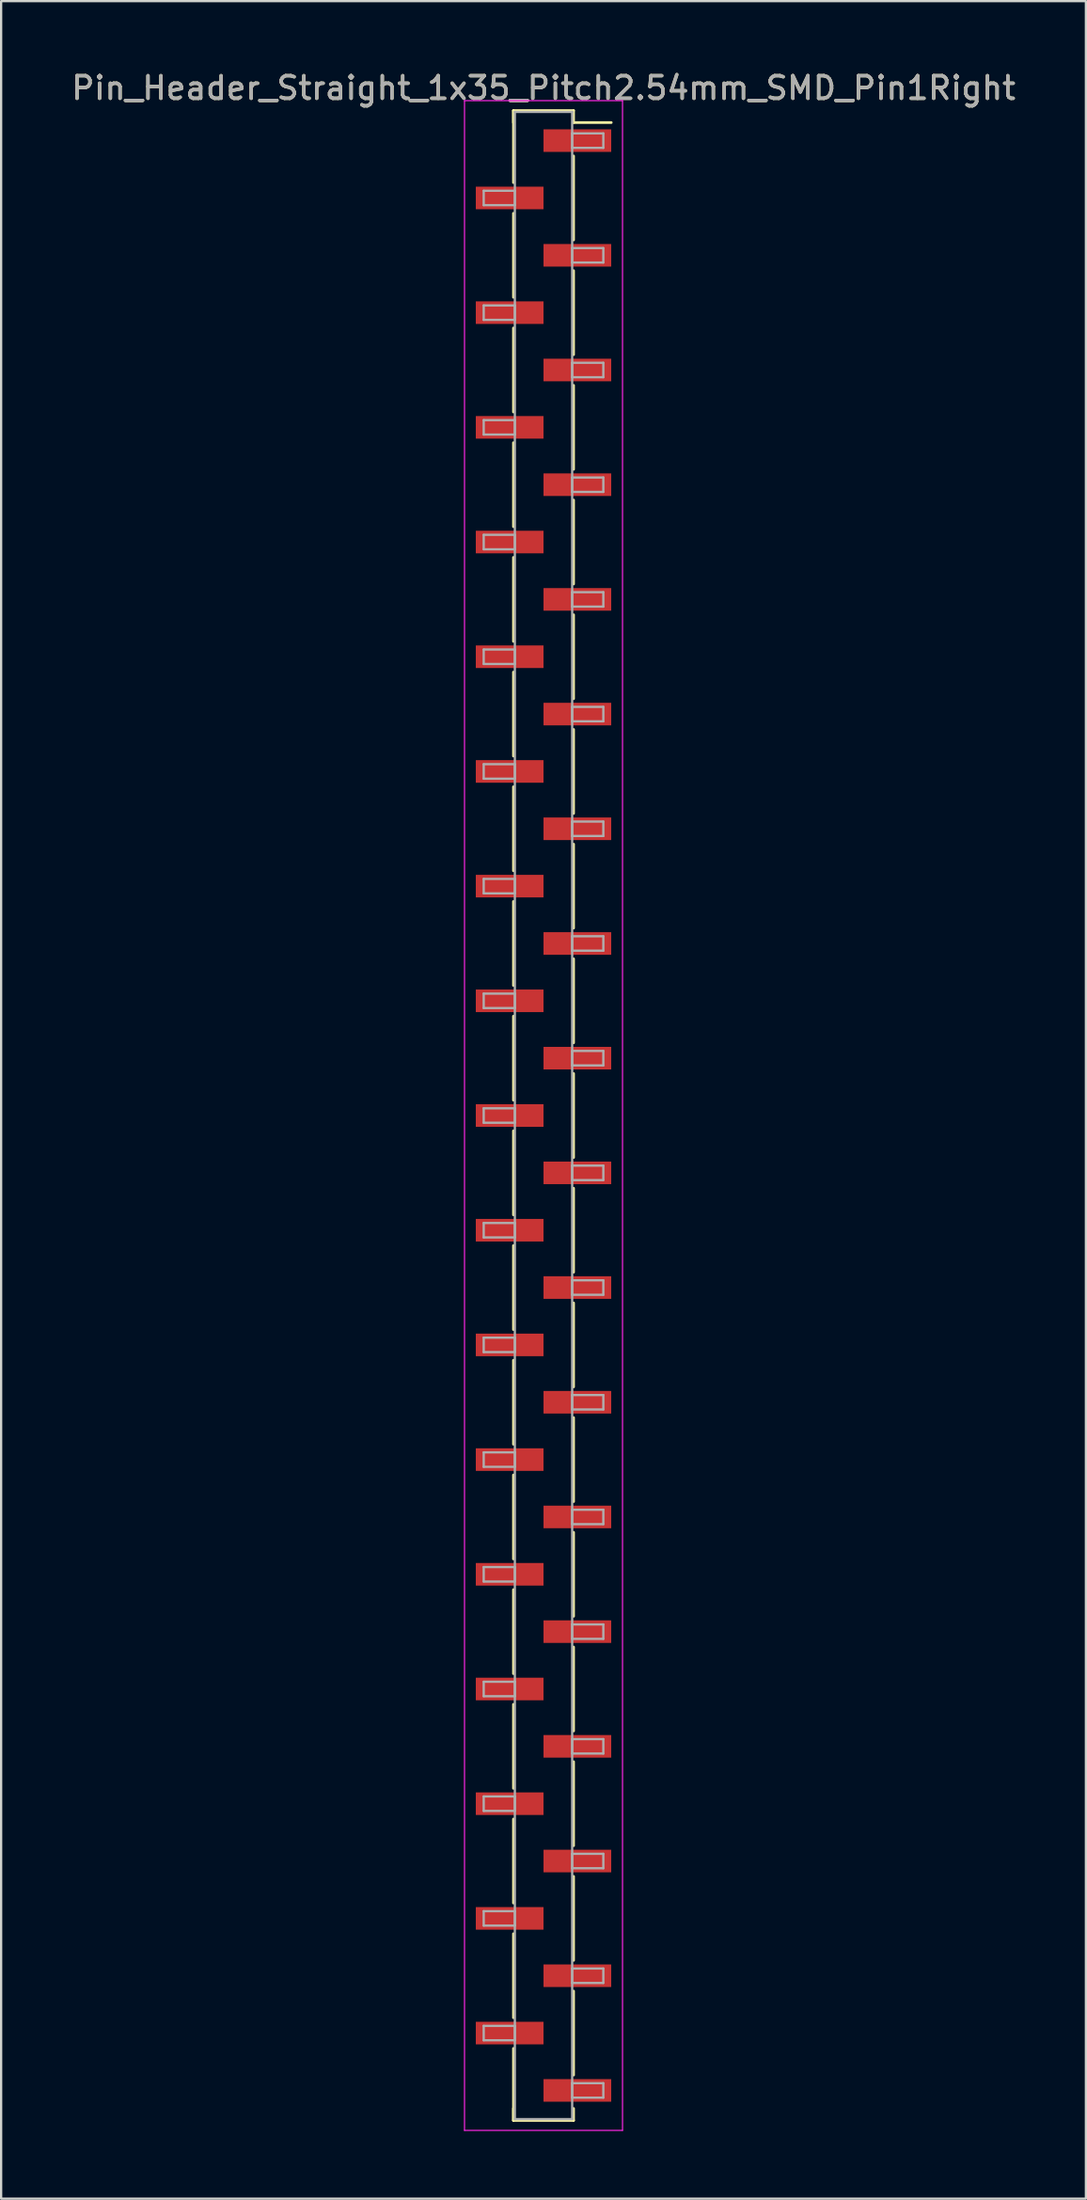
<source format=kicad_pcb>
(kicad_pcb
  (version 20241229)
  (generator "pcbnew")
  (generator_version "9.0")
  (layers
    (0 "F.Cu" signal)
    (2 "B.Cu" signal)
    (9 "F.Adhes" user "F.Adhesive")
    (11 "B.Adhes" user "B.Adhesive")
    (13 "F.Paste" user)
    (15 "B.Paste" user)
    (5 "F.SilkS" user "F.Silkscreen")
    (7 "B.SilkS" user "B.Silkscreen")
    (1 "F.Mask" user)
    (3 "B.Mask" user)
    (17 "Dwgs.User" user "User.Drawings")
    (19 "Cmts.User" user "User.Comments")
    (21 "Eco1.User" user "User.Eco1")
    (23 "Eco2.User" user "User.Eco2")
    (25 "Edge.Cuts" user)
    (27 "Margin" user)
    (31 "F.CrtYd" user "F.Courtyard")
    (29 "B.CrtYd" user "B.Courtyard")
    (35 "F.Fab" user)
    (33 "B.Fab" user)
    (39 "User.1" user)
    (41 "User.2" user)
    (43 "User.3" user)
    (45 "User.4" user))
  (footprint "Pin_Header_Straight_1x35_Pitch2.54mm_SMD_Pin1Right"
    (layer "F.Cu")
    (at 21.03 46.358)
    (property "Reference" "Pin_Header_Straight_1x35_Pitch2.54mm_SMD_Pin1Right" (at 0 -45.51 0) (layer "F.SilkS") (effects (font (size 1 1) (thickness 0.15))))
    (attr smd)
    (fp_line (start -1.33 -44.51) (end -1.33 -41.32) (stroke (width 0.12) (type solid)) (layer "F.SilkS"))
    (fp_line (start -1.33 -44.51) (end 1.33 -44.51) (stroke (width 0.12) (type solid)) (layer "F.SilkS"))
    (fp_line (start -1.33 -43.98) (end -1.33 -44.51) (stroke (width 0.12) (type solid)) (layer "F.SilkS"))
    (fp_line (start -1.33 -39.96) (end -1.33 -36.24) (stroke (width 0.12) (type solid)) (layer "F.SilkS"))
    (fp_line (start -1.33 -34.88) (end -1.33 -31.16) (stroke (width 0.12) (type solid)) (layer "F.SilkS"))
    (fp_line (start -1.33 -29.8) (end -1.33 -26.08) (stroke (width 0.12) (type solid)) (layer "F.SilkS"))
    (fp_line (start -1.33 -24.72) (end -1.33 -21) (stroke (width 0.12) (type solid)) (layer "F.SilkS"))
    (fp_line (start -1.33 -19.64) (end -1.33 -15.92) (stroke (width 0.12) (type solid)) (layer "F.SilkS"))
    (fp_line (start -1.33 -14.56) (end -1.33 -10.84) (stroke (width 0.12) (type solid)) (layer "F.SilkS"))
    (fp_line (start -1.33 -9.48) (end -1.33 -5.76) (stroke (width 0.12) (type solid)) (layer "F.SilkS"))
    (fp_line (start -1.33 -4.4) (end -1.33 -0.68) (stroke (width 0.12) (type solid)) (layer "F.SilkS"))
    (fp_line (start -1.33 0.68) (end -1.33 4.4) (stroke (width 0.12) (type solid)) (layer "F.SilkS"))
    (fp_line (start -1.33 5.76) (end -1.33 9.48) (stroke (width 0.12) (type solid)) (layer "F.SilkS"))
    (fp_line (start -1.33 10.84) (end -1.33 14.56) (stroke (width 0.12) (type solid)) (layer "F.SilkS"))
    (fp_line (start -1.33 15.92) (end -1.33 19.64) (stroke (width 0.12) (type solid)) (layer "F.SilkS"))
    (fp_line (start -1.33 21) (end -1.33 24.72) (stroke (width 0.12) (type solid)) (layer "F.SilkS"))
    (fp_line (start -1.33 26.08) (end -1.33 29.8) (stroke (width 0.12) (type solid)) (layer "F.SilkS"))
    (fp_line (start -1.33 31.16) (end -1.33 34.88) (stroke (width 0.12) (type solid)) (layer "F.SilkS"))
    (fp_line (start -1.33 36.24) (end -1.33 39.96) (stroke (width 0.12) (type solid)) (layer "F.SilkS"))
    (fp_line (start -1.33 41.32) (end -1.33 44.51) (stroke (width 0.12) (type solid)) (layer "F.SilkS"))
    (fp_line (start -1.33 43.98) (end -1.33 44.51) (stroke (width 0.12) (type solid)) (layer "F.SilkS"))
    (fp_line (start -1.33 44.51) (end 1.33 44.51) (stroke (width 0.12) (type solid)) (layer "F.SilkS"))
    (fp_line (start 1.33 -44.51) (end 1.33 -43.98) (stroke (width 0.12) (type solid)) (layer "F.SilkS"))
    (fp_line (start 1.33 -43.98) (end 3 -43.98) (stroke (width 0.12) (type solid)) (layer "F.SilkS"))
    (fp_line (start 1.33 -42.5) (end 1.33 -38.78) (stroke (width 0.12) (type solid)) (layer "F.SilkS"))
    (fp_line (start 1.33 -37.42) (end 1.33 -33.7) (stroke (width 0.12) (type solid)) (layer "F.SilkS"))
    (fp_line (start 1.33 -32.34) (end 1.33 -28.62) (stroke (width 0.12) (type solid)) (layer "F.SilkS"))
    (fp_line (start 1.33 -27.26) (end 1.33 -23.54) (stroke (width 0.12) (type solid)) (layer "F.SilkS"))
    (fp_line (start 1.33 -22.18) (end 1.33 -18.46) (stroke (width 0.12) (type solid)) (layer "F.SilkS"))
    (fp_line (start 1.33 -17.1) (end 1.33 -13.38) (stroke (width 0.12) (type solid)) (layer "F.SilkS"))
    (fp_line (start 1.33 -12.02) (end 1.33 -8.3) (stroke (width 0.12) (type solid)) (layer "F.SilkS"))
    (fp_line (start 1.33 -6.94) (end 1.33 -3.22) (stroke (width 0.12) (type solid)) (layer "F.SilkS"))
    (fp_line (start 1.33 -1.86) (end 1.33 1.86) (stroke (width 0.12) (type solid)) (layer "F.SilkS"))
    (fp_line (start 1.33 3.22) (end 1.33 6.94) (stroke (width 0.12) (type solid)) (layer "F.SilkS"))
    (fp_line (start 1.33 8.3) (end 1.33 12.02) (stroke (width 0.12) (type solid)) (layer "F.SilkS"))
    (fp_line (start 1.33 13.38) (end 1.33 17.1) (stroke (width 0.12) (type solid)) (layer "F.SilkS"))
    (fp_line (start 1.33 18.46) (end 1.33 22.18) (stroke (width 0.12) (type solid)) (layer "F.SilkS"))
    (fp_line (start 1.33 23.54) (end 1.33 27.26) (stroke (width 0.12) (type solid)) (layer "F.SilkS"))
    (fp_line (start 1.33 28.62) (end 1.33 32.34) (stroke (width 0.12) (type solid)) (layer "F.SilkS"))
    (fp_line (start 1.33 33.7) (end 1.33 37.42) (stroke (width 0.12) (type solid)) (layer "F.SilkS"))
    (fp_line (start 1.33 38.78) (end 1.33 42.5) (stroke (width 0.12) (type solid)) (layer "F.SilkS"))
    (fp_line (start 1.33 44.51) (end 1.33 43.98) (stroke (width 0.12) (type solid)) (layer "F.SilkS"))
    (fp_line (start -3.5 -44.95) (end -3.5 44.95) (stroke (width 0.05) (type solid)) (layer "F.CrtYd"))
    (fp_line (start -3.5 44.95) (end 3.5 44.95) (stroke (width 0.05) (type solid)) (layer "F.CrtYd"))
    (fp_line (start 3.5 -44.95) (end -3.5 -44.95) (stroke (width 0.05) (type solid)) (layer "F.CrtYd"))
    (fp_line (start 3.5 44.95) (end 3.5 -44.95) (stroke (width 0.05) (type solid)) (layer "F.CrtYd"))
    (fp_line (start -2.65 -40.96) (end -1.27 -40.96) (stroke (width 0.1) (type solid)) (layer "F.Fab"))
    (fp_line (start -2.65 -40.32) (end -2.65 -40.96) (stroke (width 0.1) (type solid)) (layer "F.Fab"))
    (fp_line (start -2.65 -35.88) (end -1.27 -35.88) (stroke (width 0.1) (type solid)) (layer "F.Fab"))
    (fp_line (start -2.65 -35.24) (end -2.65 -35.88) (stroke (width 0.1) (type solid)) (layer "F.Fab"))
    (fp_line (start -2.65 -30.8) (end -1.27 -30.8) (stroke (width 0.1) (type solid)) (layer "F.Fab"))
    (fp_line (start -2.65 -30.16) (end -2.65 -30.8) (stroke (width 0.1) (type solid)) (layer "F.Fab"))
    (fp_line (start -2.65 -25.72) (end -1.27 -25.72) (stroke (width 0.1) (type solid)) (layer "F.Fab"))
    (fp_line (start -2.65 -25.08) (end -2.65 -25.72) (stroke (width 0.1) (type solid)) (layer "F.Fab"))
    (fp_line (start -2.65 -20.64) (end -1.27 -20.64) (stroke (width 0.1) (type solid)) (layer "F.Fab"))
    (fp_line (start -2.65 -20) (end -2.65 -20.64) (stroke (width 0.1) (type solid)) (layer "F.Fab"))
    (fp_line (start -2.65 -15.56) (end -1.27 -15.56) (stroke (width 0.1) (type solid)) (layer "F.Fab"))
    (fp_line (start -2.65 -14.92) (end -2.65 -15.56) (stroke (width 0.1) (type solid)) (layer "F.Fab"))
    (fp_line (start -2.65 -10.48) (end -1.27 -10.48) (stroke (width 0.1) (type solid)) (layer "F.Fab"))
    (fp_line (start -2.65 -9.84) (end -2.65 -10.48) (stroke (width 0.1) (type solid)) (layer "F.Fab"))
    (fp_line (start -2.65 -5.4) (end -1.27 -5.4) (stroke (width 0.1) (type solid)) (layer "F.Fab"))
    (fp_line (start -2.65 -4.76) (end -2.65 -5.4) (stroke (width 0.1) (type solid)) (layer "F.Fab"))
    (fp_line (start -2.65 -0.32) (end -1.27 -0.32) (stroke (width 0.1) (type solid)) (layer "F.Fab"))
    (fp_line (start -2.65 0.32) (end -2.65 -0.32) (stroke (width 0.1) (type solid)) (layer "F.Fab"))
    (fp_line (start -2.65 4.76) (end -1.27 4.76) (stroke (width 0.1) (type solid)) (layer "F.Fab"))
    (fp_line (start -2.65 5.4) (end -2.65 4.76) (stroke (width 0.1) (type solid)) (layer "F.Fab"))
    (fp_line (start -2.65 9.84) (end -1.27 9.84) (stroke (width 0.1) (type solid)) (layer "F.Fab"))
    (fp_line (start -2.65 10.48) (end -2.65 9.84) (stroke (width 0.1) (type solid)) (layer "F.Fab"))
    (fp_line (start -2.65 14.92) (end -1.27 14.92) (stroke (width 0.1) (type solid)) (layer "F.Fab"))
    (fp_line (start -2.65 15.56) (end -2.65 14.92) (stroke (width 0.1) (type solid)) (layer "F.Fab"))
    (fp_line (start -2.65 20) (end -1.27 20) (stroke (width 0.1) (type solid)) (layer "F.Fab"))
    (fp_line (start -2.65 20.64) (end -2.65 20) (stroke (width 0.1) (type solid)) (layer "F.Fab"))
    (fp_line (start -2.65 25.08) (end -1.27 25.08) (stroke (width 0.1) (type solid)) (layer "F.Fab"))
    (fp_line (start -2.65 25.72) (end -2.65 25.08) (stroke (width 0.1) (type solid)) (layer "F.Fab"))
    (fp_line (start -2.65 30.16) (end -1.27 30.16) (stroke (width 0.1) (type solid)) (layer "F.Fab"))
    (fp_line (start -2.65 30.8) (end -2.65 30.16) (stroke (width 0.1) (type solid)) (layer "F.Fab"))
    (fp_line (start -2.65 35.24) (end -1.27 35.24) (stroke (width 0.1) (type solid)) (layer "F.Fab"))
    (fp_line (start -2.65 35.88) (end -2.65 35.24) (stroke (width 0.1) (type solid)) (layer "F.Fab"))
    (fp_line (start -2.65 40.32) (end -1.27 40.32) (stroke (width 0.1) (type solid)) (layer "F.Fab"))
    (fp_line (start -2.65 40.96) (end -2.65 40.32) (stroke (width 0.1) (type solid)) (layer "F.Fab"))
    (fp_line (start -1.27 -44.45) (end -1.27 44.45) (stroke (width 0.1) (type solid)) (layer "F.Fab"))
    (fp_line (start -1.27 -40.96) (end -1.27 -40.32) (stroke (width 0.1) (type solid)) (layer "F.Fab"))
    (fp_line (start -1.27 -40.32) (end -2.65 -40.32) (stroke (width 0.1) (type solid)) (layer "F.Fab"))
    (fp_line (start -1.27 -35.88) (end -1.27 -35.24) (stroke (width 0.1) (type solid)) (layer "F.Fab"))
    (fp_line (start -1.27 -35.24) (end -2.65 -35.24) (stroke (width 0.1) (type solid)) (layer "F.Fab"))
    (fp_line (start -1.27 -30.8) (end -1.27 -30.16) (stroke (width 0.1) (type solid)) (layer "F.Fab"))
    (fp_line (start -1.27 -30.16) (end -2.65 -30.16) (stroke (width 0.1) (type solid)) (layer "F.Fab"))
    (fp_line (start -1.27 -25.72) (end -1.27 -25.08) (stroke (width 0.1) (type solid)) (layer "F.Fab"))
    (fp_line (start -1.27 -25.08) (end -2.65 -25.08) (stroke (width 0.1) (type solid)) (layer "F.Fab"))
    (fp_line (start -1.27 -20.64) (end -1.27 -20) (stroke (width 0.1) (type solid)) (layer "F.Fab"))
    (fp_line (start -1.27 -20) (end -2.65 -20) (stroke (width 0.1) (type solid)) (layer "F.Fab"))
    (fp_line (start -1.27 -15.56) (end -1.27 -14.92) (stroke (width 0.1) (type solid)) (layer "F.Fab"))
    (fp_line (start -1.27 -14.92) (end -2.65 -14.92) (stroke (width 0.1) (type solid)) (layer "F.Fab"))
    (fp_line (start -1.27 -10.48) (end -1.27 -9.84) (stroke (width 0.1) (type solid)) (layer "F.Fab"))
    (fp_line (start -1.27 -9.84) (end -2.65 -9.84) (stroke (width 0.1) (type solid)) (layer "F.Fab"))
    (fp_line (start -1.27 -5.4) (end -1.27 -4.76) (stroke (width 0.1) (type solid)) (layer "F.Fab"))
    (fp_line (start -1.27 -4.76) (end -2.65 -4.76) (stroke (width 0.1) (type solid)) (layer "F.Fab"))
    (fp_line (start -1.27 -0.32) (end -1.27 0.32) (stroke (width 0.1) (type solid)) (layer "F.Fab"))
    (fp_line (start -1.27 0.32) (end -2.65 0.32) (stroke (width 0.1) (type solid)) (layer "F.Fab"))
    (fp_line (start -1.27 4.76) (end -1.27 5.4) (stroke (width 0.1) (type solid)) (layer "F.Fab"))
    (fp_line (start -1.27 5.4) (end -2.65 5.4) (stroke (width 0.1) (type solid)) (layer "F.Fab"))
    (fp_line (start -1.27 9.84) (end -1.27 10.48) (stroke (width 0.1) (type solid)) (layer "F.Fab"))
    (fp_line (start -1.27 10.48) (end -2.65 10.48) (stroke (width 0.1) (type solid)) (layer "F.Fab"))
    (fp_line (start -1.27 14.92) (end -1.27 15.56) (stroke (width 0.1) (type solid)) (layer "F.Fab"))
    (fp_line (start -1.27 15.56) (end -2.65 15.56) (stroke (width 0.1) (type solid)) (layer "F.Fab"))
    (fp_line (start -1.27 20) (end -1.27 20.64) (stroke (width 0.1) (type solid)) (layer "F.Fab"))
    (fp_line (start -1.27 20.64) (end -2.65 20.64) (stroke (width 0.1) (type solid)) (layer "F.Fab"))
    (fp_line (start -1.27 25.08) (end -1.27 25.72) (stroke (width 0.1) (type solid)) (layer "F.Fab"))
    (fp_line (start -1.27 25.72) (end -2.65 25.72) (stroke (width 0.1) (type solid)) (layer "F.Fab"))
    (fp_line (start -1.27 30.16) (end -1.27 30.8) (stroke (width 0.1) (type solid)) (layer "F.Fab"))
    (fp_line (start -1.27 30.8) (end -2.65 30.8) (stroke (width 0.1) (type solid)) (layer "F.Fab"))
    (fp_line (start -1.27 35.24) (end -1.27 35.88) (stroke (width 0.1) (type solid)) (layer "F.Fab"))
    (fp_line (start -1.27 35.88) (end -2.65 35.88) (stroke (width 0.1) (type solid)) (layer "F.Fab"))
    (fp_line (start -1.27 40.32) (end -1.27 40.96) (stroke (width 0.1) (type solid)) (layer "F.Fab"))
    (fp_line (start -1.27 40.96) (end -2.65 40.96) (stroke (width 0.1) (type solid)) (layer "F.Fab"))
    (fp_line (start -1.27 44.45) (end 1.27 44.45) (stroke (width 0.1) (type solid)) (layer "F.Fab"))
    (fp_line (start 1.27 -44.45) (end -1.27 -44.45) (stroke (width 0.1) (type solid)) (layer "F.Fab"))
    (fp_line (start 1.27 -43.5) (end 1.27 -42.86) (stroke (width 0.1) (type solid)) (layer "F.Fab"))
    (fp_line (start 1.27 -42.86) (end 2.65 -42.86) (stroke (width 0.1) (type solid)) (layer "F.Fab"))
    (fp_line (start 1.27 -38.42) (end 1.27 -37.78) (stroke (width 0.1) (type solid)) (layer "F.Fab"))
    (fp_line (start 1.27 -37.78) (end 2.65 -37.78) (stroke (width 0.1) (type solid)) (layer "F.Fab"))
    (fp_line (start 1.27 -33.34) (end 1.27 -32.7) (stroke (width 0.1) (type solid)) (layer "F.Fab"))
    (fp_line (start 1.27 -32.7) (end 2.65 -32.7) (stroke (width 0.1) (type solid)) (layer "F.Fab"))
    (fp_line (start 1.27 -28.26) (end 1.27 -27.62) (stroke (width 0.1) (type solid)) (layer "F.Fab"))
    (fp_line (start 1.27 -27.62) (end 2.65 -27.62) (stroke (width 0.1) (type solid)) (layer "F.Fab"))
    (fp_line (start 1.27 -23.18) (end 1.27 -22.54) (stroke (width 0.1) (type solid)) (layer "F.Fab"))
    (fp_line (start 1.27 -22.54) (end 2.65 -22.54) (stroke (width 0.1) (type solid)) (layer "F.Fab"))
    (fp_line (start 1.27 -18.1) (end 1.27 -17.46) (stroke (width 0.1) (type solid)) (layer "F.Fab"))
    (fp_line (start 1.27 -17.46) (end 2.65 -17.46) (stroke (width 0.1) (type solid)) (layer "F.Fab"))
    (fp_line (start 1.27 -13.02) (end 1.27 -12.38) (stroke (width 0.1) (type solid)) (layer "F.Fab"))
    (fp_line (start 1.27 -12.38) (end 2.65 -12.38) (stroke (width 0.1) (type solid)) (layer "F.Fab"))
    (fp_line (start 1.27 -7.94) (end 1.27 -7.3) (stroke (width 0.1) (type solid)) (layer "F.Fab"))
    (fp_line (start 1.27 -7.3) (end 2.65 -7.3) (stroke (width 0.1) (type solid)) (layer "F.Fab"))
    (fp_line (start 1.27 -2.86) (end 1.27 -2.22) (stroke (width 0.1) (type solid)) (layer "F.Fab"))
    (fp_line (start 1.27 -2.22) (end 2.65 -2.22) (stroke (width 0.1) (type solid)) (layer "F.Fab"))
    (fp_line (start 1.27 2.22) (end 1.27 2.86) (stroke (width 0.1) (type solid)) (layer "F.Fab"))
    (fp_line (start 1.27 2.86) (end 2.65 2.86) (stroke (width 0.1) (type solid)) (layer "F.Fab"))
    (fp_line (start 1.27 7.3) (end 1.27 7.94) (stroke (width 0.1) (type solid)) (layer "F.Fab"))
    (fp_line (start 1.27 7.94) (end 2.65 7.94) (stroke (width 0.1) (type solid)) (layer "F.Fab"))
    (fp_line (start 1.27 12.38) (end 1.27 13.02) (stroke (width 0.1) (type solid)) (layer "F.Fab"))
    (fp_line (start 1.27 13.02) (end 2.65 13.02) (stroke (width 0.1) (type solid)) (layer "F.Fab"))
    (fp_line (start 1.27 17.46) (end 1.27 18.1) (stroke (width 0.1) (type solid)) (layer "F.Fab"))
    (fp_line (start 1.27 18.1) (end 2.65 18.1) (stroke (width 0.1) (type solid)) (layer "F.Fab"))
    (fp_line (start 1.27 22.54) (end 1.27 23.18) (stroke (width 0.1) (type solid)) (layer "F.Fab"))
    (fp_line (start 1.27 23.18) (end 2.65 23.18) (stroke (width 0.1) (type solid)) (layer "F.Fab"))
    (fp_line (start 1.27 27.62) (end 1.27 28.26) (stroke (width 0.1) (type solid)) (layer "F.Fab"))
    (fp_line (start 1.27 28.26) (end 2.65 28.26) (stroke (width 0.1) (type solid)) (layer "F.Fab"))
    (fp_line (start 1.27 32.7) (end 1.27 33.34) (stroke (width 0.1) (type solid)) (layer "F.Fab"))
    (fp_line (start 1.27 33.34) (end 2.65 33.34) (stroke (width 0.1) (type solid)) (layer "F.Fab"))
    (fp_line (start 1.27 37.78) (end 1.27 38.42) (stroke (width 0.1) (type solid)) (layer "F.Fab"))
    (fp_line (start 1.27 38.42) (end 2.65 38.42) (stroke (width 0.1) (type solid)) (layer "F.Fab"))
    (fp_line (start 1.27 42.86) (end 1.27 43.5) (stroke (width 0.1) (type solid)) (layer "F.Fab"))
    (fp_line (start 1.27 43.5) (end 2.65 43.5) (stroke (width 0.1) (type solid)) (layer "F.Fab"))
    (fp_line (start 1.27 44.45) (end 1.27 -44.45) (stroke (width 0.1) (type solid)) (layer "F.Fab"))
    (fp_line (start 2.65 -43.5) (end 1.27 -43.5) (stroke (width 0.1) (type solid)) (layer "F.Fab"))
    (fp_line (start 2.65 -42.86) (end 2.65 -43.5) (stroke (width 0.1) (type solid)) (layer "F.Fab"))
    (fp_line (start 2.65 -38.42) (end 1.27 -38.42) (stroke (width 0.1) (type solid)) (layer "F.Fab"))
    (fp_line (start 2.65 -37.78) (end 2.65 -38.42) (stroke (width 0.1) (type solid)) (layer "F.Fab"))
    (fp_line (start 2.65 -33.34) (end 1.27 -33.34) (stroke (width 0.1) (type solid)) (layer "F.Fab"))
    (fp_line (start 2.65 -32.7) (end 2.65 -33.34) (stroke (width 0.1) (type solid)) (layer "F.Fab"))
    (fp_line (start 2.65 -28.26) (end 1.27 -28.26) (stroke (width 0.1) (type solid)) (layer "F.Fab"))
    (fp_line (start 2.65 -27.62) (end 2.65 -28.26) (stroke (width 0.1) (type solid)) (layer "F.Fab"))
    (fp_line (start 2.65 -23.18) (end 1.27 -23.18) (stroke (width 0.1) (type solid)) (layer "F.Fab"))
    (fp_line (start 2.65 -22.54) (end 2.65 -23.18) (stroke (width 0.1) (type solid)) (layer "F.Fab"))
    (fp_line (start 2.65 -18.1) (end 1.27 -18.1) (stroke (width 0.1) (type solid)) (layer "F.Fab"))
    (fp_line (start 2.65 -17.46) (end 2.65 -18.1) (stroke (width 0.1) (type solid)) (layer "F.Fab"))
    (fp_line (start 2.65 -13.02) (end 1.27 -13.02) (stroke (width 0.1) (type solid)) (layer "F.Fab"))
    (fp_line (start 2.65 -12.38) (end 2.65 -13.02) (stroke (width 0.1) (type solid)) (layer "F.Fab"))
    (fp_line (start 2.65 -7.94) (end 1.27 -7.94) (stroke (width 0.1) (type solid)) (layer "F.Fab"))
    (fp_line (start 2.65 -7.3) (end 2.65 -7.94) (stroke (width 0.1) (type solid)) (layer "F.Fab"))
    (fp_line (start 2.65 -2.86) (end 1.27 -2.86) (stroke (width 0.1) (type solid)) (layer "F.Fab"))
    (fp_line (start 2.65 -2.22) (end 2.65 -2.86) (stroke (width 0.1) (type solid)) (layer "F.Fab"))
    (fp_line (start 2.65 2.22) (end 1.27 2.22) (stroke (width 0.1) (type solid)) (layer "F.Fab"))
    (fp_line (start 2.65 2.86) (end 2.65 2.22) (stroke (width 0.1) (type solid)) (layer "F.Fab"))
    (fp_line (start 2.65 7.3) (end 1.27 7.3) (stroke (width 0.1) (type solid)) (layer "F.Fab"))
    (fp_line (start 2.65 7.94) (end 2.65 7.3) (stroke (width 0.1) (type solid)) (layer "F.Fab"))
    (fp_line (start 2.65 12.38) (end 1.27 12.38) (stroke (width 0.1) (type solid)) (layer "F.Fab"))
    (fp_line (start 2.65 13.02) (end 2.65 12.38) (stroke (width 0.1) (type solid)) (layer "F.Fab"))
    (fp_line (start 2.65 17.46) (end 1.27 17.46) (stroke (width 0.1) (type solid)) (layer "F.Fab"))
    (fp_line (start 2.65 18.1) (end 2.65 17.46) (stroke (width 0.1) (type solid)) (layer "F.Fab"))
    (fp_line (start 2.65 22.54) (end 1.27 22.54) (stroke (width 0.1) (type solid)) (layer "F.Fab"))
    (fp_line (start 2.65 23.18) (end 2.65 22.54) (stroke (width 0.1) (type solid)) (layer "F.Fab"))
    (fp_line (start 2.65 27.62) (end 1.27 27.62) (stroke (width 0.1) (type solid)) (layer "F.Fab"))
    (fp_line (start 2.65 28.26) (end 2.65 27.62) (stroke (width 0.1) (type solid)) (layer "F.Fab"))
    (fp_line (start 2.65 32.7) (end 1.27 32.7) (stroke (width 0.1) (type solid)) (layer "F.Fab"))
    (fp_line (start 2.65 33.34) (end 2.65 32.7) (stroke (width 0.1) (type solid)) (layer "F.Fab"))
    (fp_line (start 2.65 37.78) (end 1.27 37.78) (stroke (width 0.1) (type solid)) (layer "F.Fab"))
    (fp_line (start 2.65 38.42) (end 2.65 37.78) (stroke (width 0.1) (type solid)) (layer "F.Fab"))
    (fp_line (start 2.65 42.86) (end 1.27 42.86) (stroke (width 0.1) (type solid)) (layer "F.Fab"))
    (fp_line (start 2.65 43.5) (end 2.65 42.86) (stroke (width 0.1) (type solid)) (layer "F.Fab"))
    (fp_text user "${REFERENCE}" (at 0 -45.51 0) (layer "F.Fab") (effects (font (size 1 1) (thickness 0.15))))
    (pad "1" smd rect (at 1.5 -43.18) (size 3 1) (layers "F.Cu" "F.Mask" "F.Paste"))
    (pad "2" smd rect (at -1.5 -40.64) (size 3 1) (layers "F.Cu" "F.Mask" "F.Paste"))
    (pad "3" smd rect (at 1.5 -38.1) (size 3 1) (layers "F.Cu" "F.Mask" "F.Paste"))
    (pad "4" smd rect (at -1.5 -35.56) (size 3 1) (layers "F.Cu" "F.Mask" "F.Paste"))
    (pad "5" smd rect (at 1.5 -33.02) (size 3 1) (layers "F.Cu" "F.Mask" "F.Paste"))
    (pad "6" smd rect (at -1.5 -30.48) (size 3 1) (layers "F.Cu" "F.Mask" "F.Paste"))
    (pad "7" smd rect (at 1.5 -27.94) (size 3 1) (layers "F.Cu" "F.Mask" "F.Paste"))
    (pad "8" smd rect (at -1.5 -25.4) (size 3 1) (layers "F.Cu" "F.Mask" "F.Paste"))
    (pad "9" smd rect (at 1.5 -22.86) (size 3 1) (layers "F.Cu" "F.Mask" "F.Paste"))
    (pad "10" smd rect (at -1.5 -20.32) (size 3 1) (layers "F.Cu" "F.Mask" "F.Paste"))
    (pad "11" smd rect (at 1.5 -17.78) (size 3 1) (layers "F.Cu" "F.Mask" "F.Paste"))
    (pad "12" smd rect (at -1.5 -15.24) (size 3 1) (layers "F.Cu" "F.Mask" "F.Paste"))
    (pad "13" smd rect (at 1.5 -12.7) (size 3 1) (layers "F.Cu" "F.Mask" "F.Paste"))
    (pad "14" smd rect (at -1.5 -10.16) (size 3 1) (layers "F.Cu" "F.Mask" "F.Paste"))
    (pad "15" smd rect (at 1.5 -7.62) (size 3 1) (layers "F.Cu" "F.Mask" "F.Paste"))
    (pad "16" smd rect (at -1.5 -5.08) (size 3 1) (layers "F.Cu" "F.Mask" "F.Paste"))
    (pad "17" smd rect (at 1.5 -2.54) (size 3 1) (layers "F.Cu" "F.Mask" "F.Paste"))
    (pad "18" smd rect (at -1.5 0) (size 3 1) (layers "F.Cu" "F.Mask" "F.Paste"))
    (pad "19" smd rect (at 1.5 2.54) (size 3 1) (layers "F.Cu" "F.Mask" "F.Paste"))
    (pad "20" smd rect (at -1.5 5.08) (size 3 1) (layers "F.Cu" "F.Mask" "F.Paste"))
    (pad "21" smd rect (at 1.5 7.62) (size 3 1) (layers "F.Cu" "F.Mask" "F.Paste"))
    (pad "22" smd rect (at -1.5 10.16) (size 3 1) (layers "F.Cu" "F.Mask" "F.Paste"))
    (pad "23" smd rect (at 1.5 12.7) (size 3 1) (layers "F.Cu" "F.Mask" "F.Paste"))
    (pad "24" smd rect (at -1.5 15.24) (size 3 1) (layers "F.Cu" "F.Mask" "F.Paste"))
    (pad "25" smd rect (at 1.5 17.78) (size 3 1) (layers "F.Cu" "F.Mask" "F.Paste"))
    (pad "26" smd rect (at -1.5 20.32) (size 3 1) (layers "F.Cu" "F.Mask" "F.Paste"))
    (pad "27" smd rect (at 1.5 22.86) (size 3 1) (layers "F.Cu" "F.Mask" "F.Paste"))
    (pad "28" smd rect (at -1.5 25.4) (size 3 1) (layers "F.Cu" "F.Mask" "F.Paste"))
    (pad "29" smd rect (at 1.5 27.94) (size 3 1) (layers "F.Cu" "F.Mask" "F.Paste"))
    (pad "30" smd rect (at -1.5 30.48) (size 3 1) (layers "F.Cu" "F.Mask" "F.Paste"))
    (pad "31" smd rect (at 1.5 33.02) (size 3 1) (layers "F.Cu" "F.Mask" "F.Paste"))
    (pad "32" smd rect (at -1.5 35.56) (size 3 1) (layers "F.Cu" "F.Mask" "F.Paste"))
    (pad "33" smd rect (at 1.5 38.1) (size 3 1) (layers "F.Cu" "F.Mask" "F.Paste"))
    (pad "34" smd rect (at -1.5 40.64) (size 3 1) (layers "F.Cu" "F.Mask" "F.Paste"))
    (pad "35" smd rect (at 1.5 43.18) (size 3 1) (layers "F.Cu" "F.Mask" "F.Paste")))
  (gr_rect
    (start -3 -3)
    (end 45.06 94.333)
    (stroke (width 0.1) (type default))
    (fill no)
    (layer "Edge.Cuts")))
</source>
